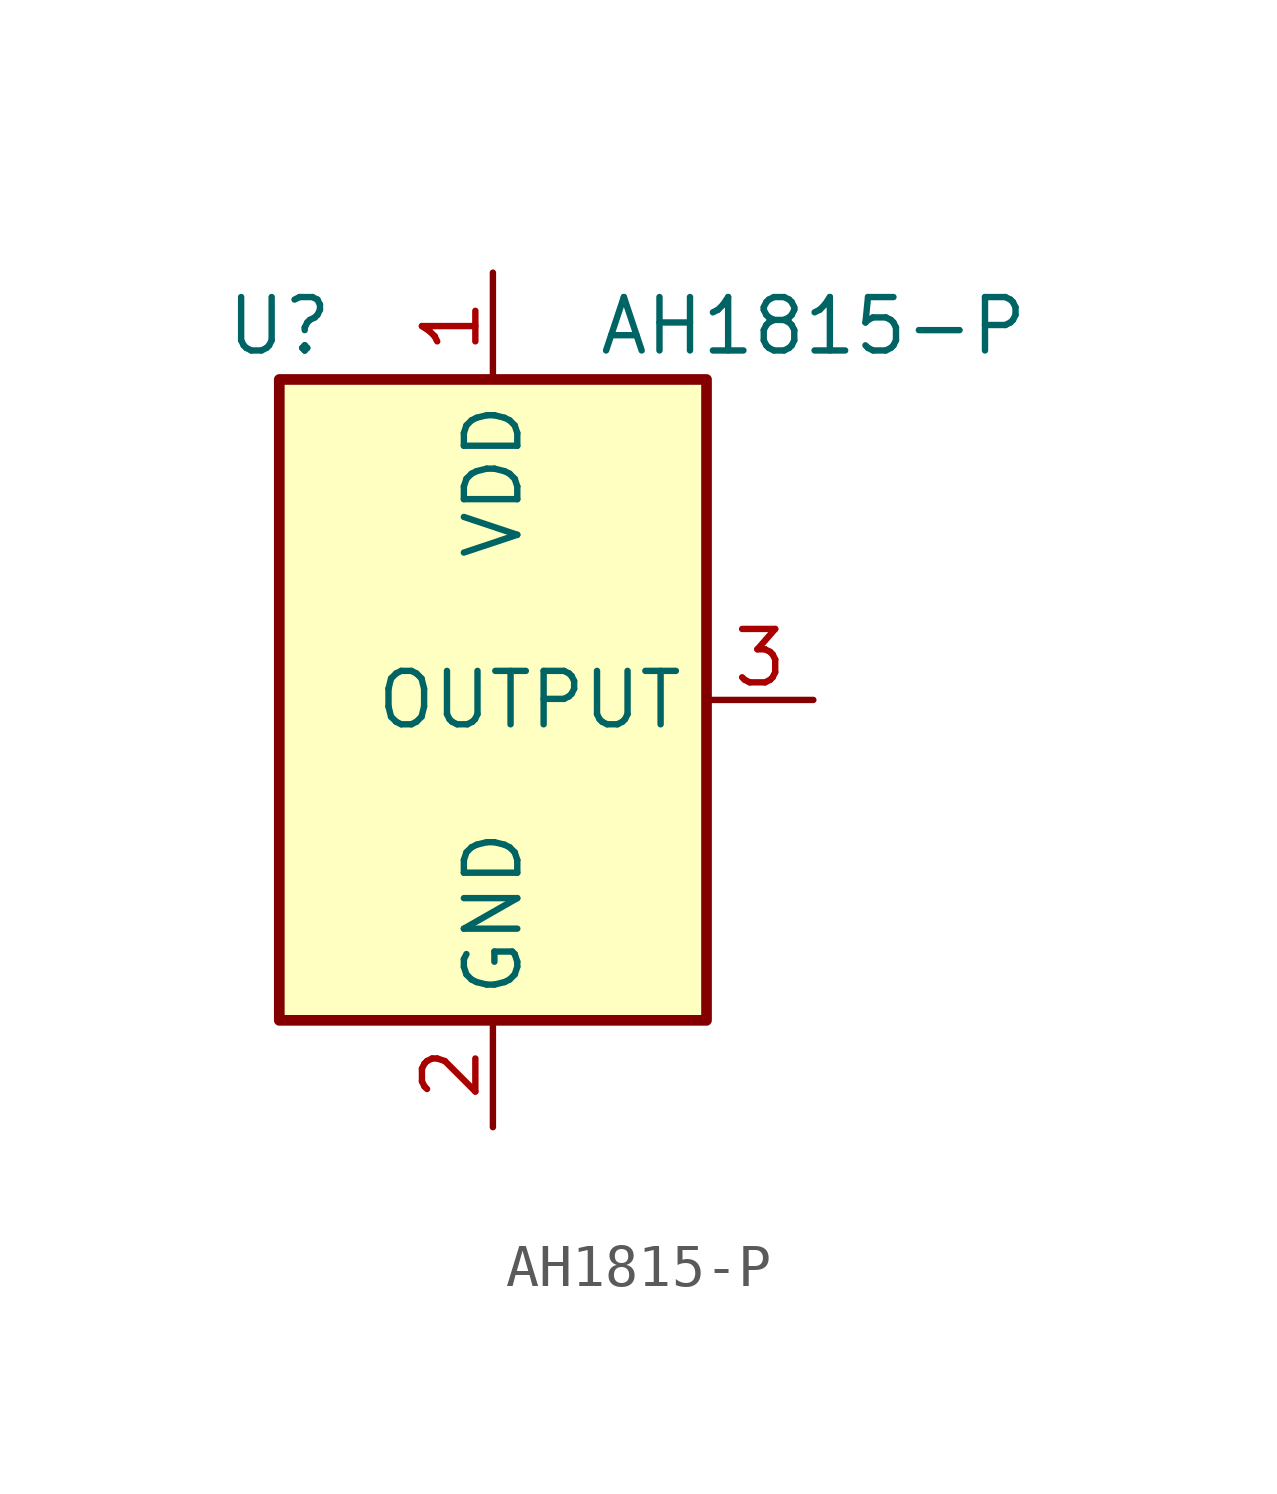
<source format=kicad_sym>
(kicad_symbol_lib
  (version 20211014)
  (generator kicad_symbol_editor)
  (symbol "AH1815-P"
    (property "Reference" "U"
      (at -5.08 8.89 0)
      (effects (font (size 1.27 1.27))))
    (property "Value" "AH1815-P"
      (at 7.62 8.89 0)
      (effects (font (size 1.27 1.27))))
    (symbol "AH1815-P_0_1"
      (rectangle (start 5.08 7.62) (end -5.08 -7.62) (stroke (width 0.254) (type default) (color 0 0 0 0)) (fill (type background))))
    (symbol "AH1815-P_1_1"
      (pin power_in line (at 0 10.16 270) (length 2.54) (name "VDD" (effects (font (size 1.27 1.27)))) (number "1" (effects (font (size 1.27 1.27)))))
      (pin power_in line (at 0 -10.16 90) (length 2.54) (name "GND" (effects (font (size 1.27 1.27)))) (number "2" (effects (font (size 1.27 1.27)))))
      (pin open_collector line (at 7.62 0 180) (length 2.54) (name "OUTPUT" (effects (font (size 1.27 1.27)))) (number "3" (effects (font (size 1.27 1.27))))))))
</source>
